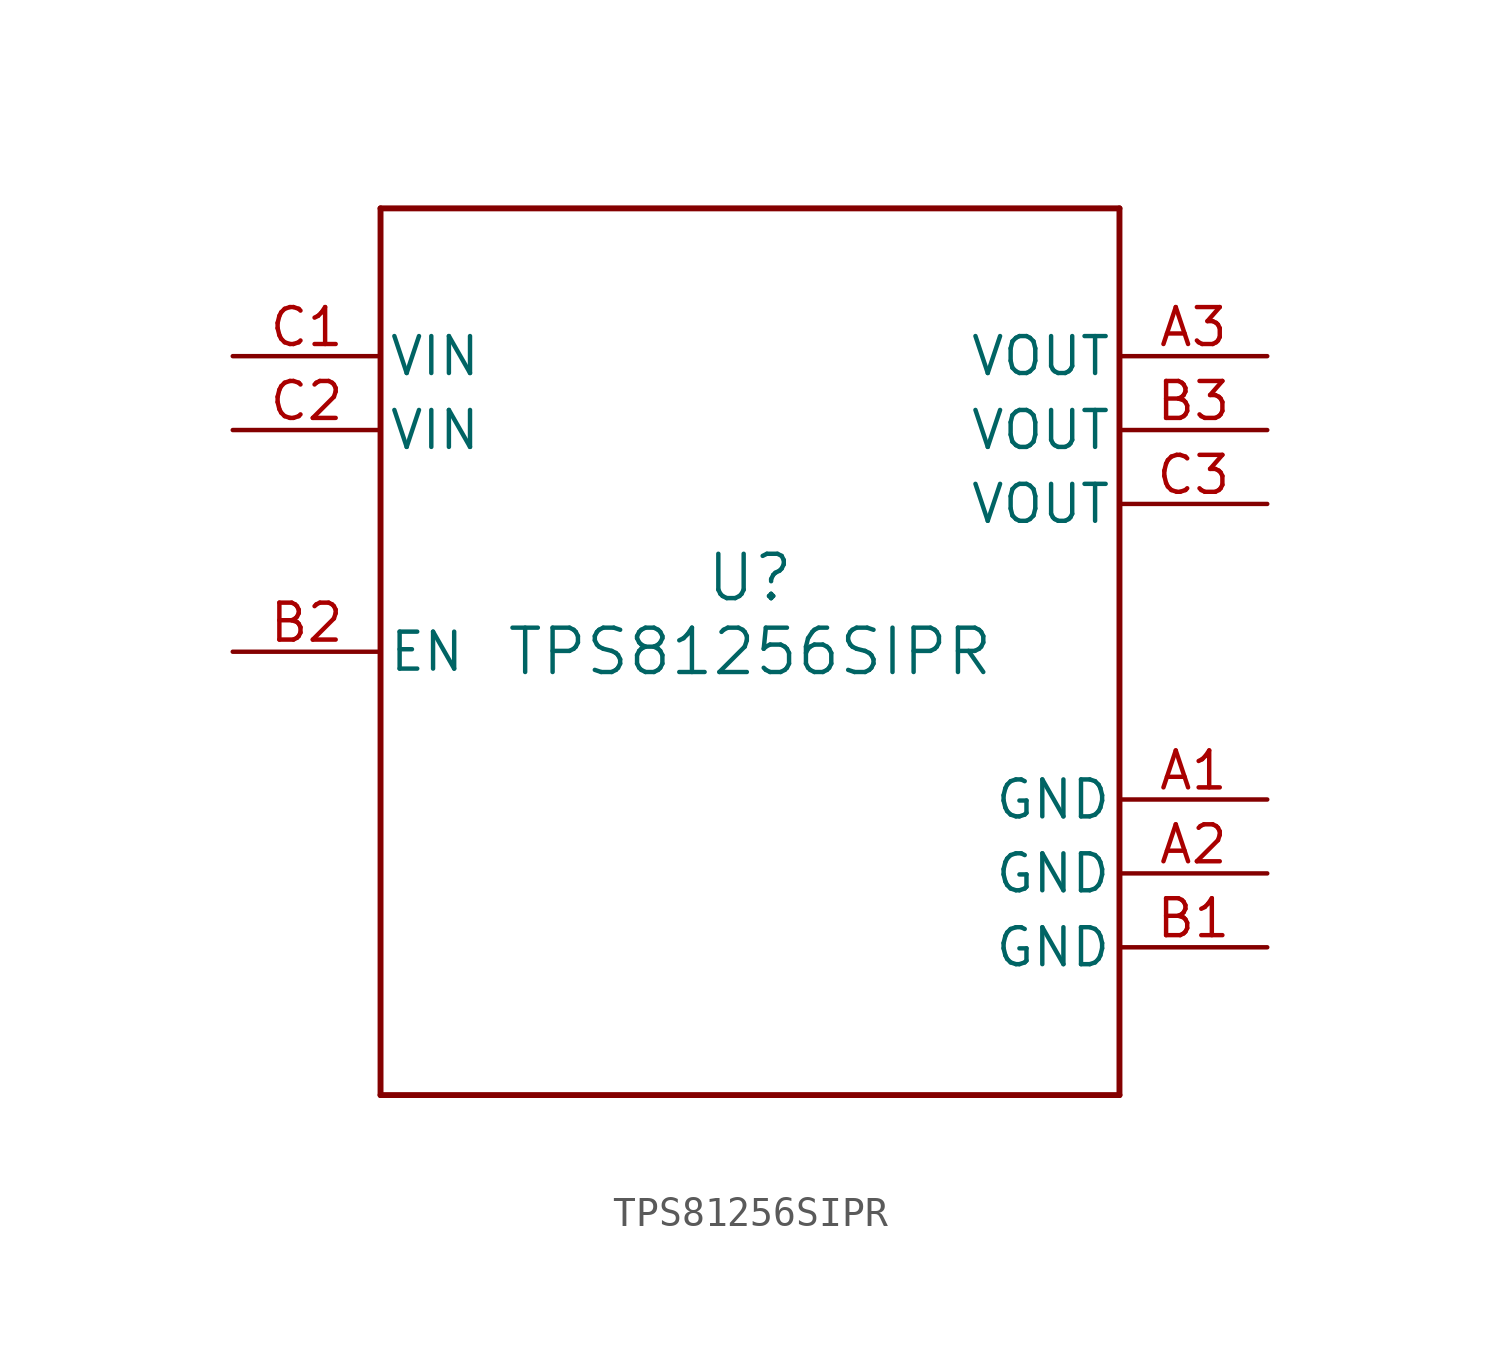
<source format=kicad_sym>
(kicad_symbol_lib
  (version 20211014)
  (generator kicad_symbol_editor)
  (symbol "TPS81256SIPR"
    (pin_names
      (offset 0.254))
    (property "Reference" "U"
      (at 0 2.54 0)
      (effects (font (size 1.524 1.524))))
    (property "Value" "TPS81256SIPR"
      (at 0 0 0)
      (effects (font (size 1.524 1.524))))
    (symbol "TPS81256SIPR_0_1"
      (polyline (pts (xy -12.7 -15.24) (xy 12.7 -15.24)) (stroke (width 0.203) (type default) (color 0 0 0 0)) (fill (type none)))
      (polyline (pts (xy 12.7 -15.24) (xy 12.7 15.24)) (stroke (width 0.203) (type default) (color 0 0 0 0)) (fill (type none)))
      (polyline (pts (xy 12.7 15.24) (xy -12.7 15.24)) (stroke (width 0.203) (type default) (color 0 0 0 0)) (fill (type none)))
      (polyline (pts (xy -12.7 15.24) (xy -12.7 -15.24)) (stroke (width 0.203) (type default) (color 0 0 0 0)) (fill (type none)))
      (pin power_in line (at 17.78 -5.08 180) (length 5.08) (name "GND" (effects (font (size 1.27 1.27)))) (number "A1" (effects (font (size 1.27 1.27)))))
      (pin power_in line (at 17.78 -7.62 180) (length 5.08) (name "GND" (effects (font (size 1.27 1.27)))) (number "A2" (effects (font (size 1.27 1.27)))))
      (pin power_in line (at 17.78 10.16 180) (length 5.08) (name "VOUT" (effects (font (size 1.27 1.27)))) (number "A3" (effects (font (size 1.27 1.27)))))
      (pin power_in line (at 17.78 -10.16 180) (length 5.08) (name "GND" (effects (font (size 1.27 1.27)))) (number "B1" (effects (font (size 1.27 1.27)))))
      (pin input line (at -17.78 0 0) (length 5.08) (name "EN" (effects (font (size 1.27 1.27)))) (number "B2" (effects (font (size 1.27 1.27)))))
      (pin power_in line (at 17.78 7.62 180) (length 5.08) (name "VOUT" (effects (font (size 1.27 1.27)))) (number "B3" (effects (font (size 1.27 1.27)))))
      (pin power_in line (at -17.78 10.16 0) (length 5.08) (name "VIN" (effects (font (size 1.27 1.27)))) (number "C1" (effects (font (size 1.27 1.27)))))
      (pin power_in line (at -17.78 7.62 0) (length 5.08) (name "VIN" (effects (font (size 1.27 1.27)))) (number "C2" (effects (font (size 1.27 1.27)))))
      (pin power_in line (at 17.78 5.08 180) (length 5.08) (name "VOUT" (effects (font (size 1.27 1.27)))) (number "C3" (effects (font (size 1.27 1.27))))))))
</source>
